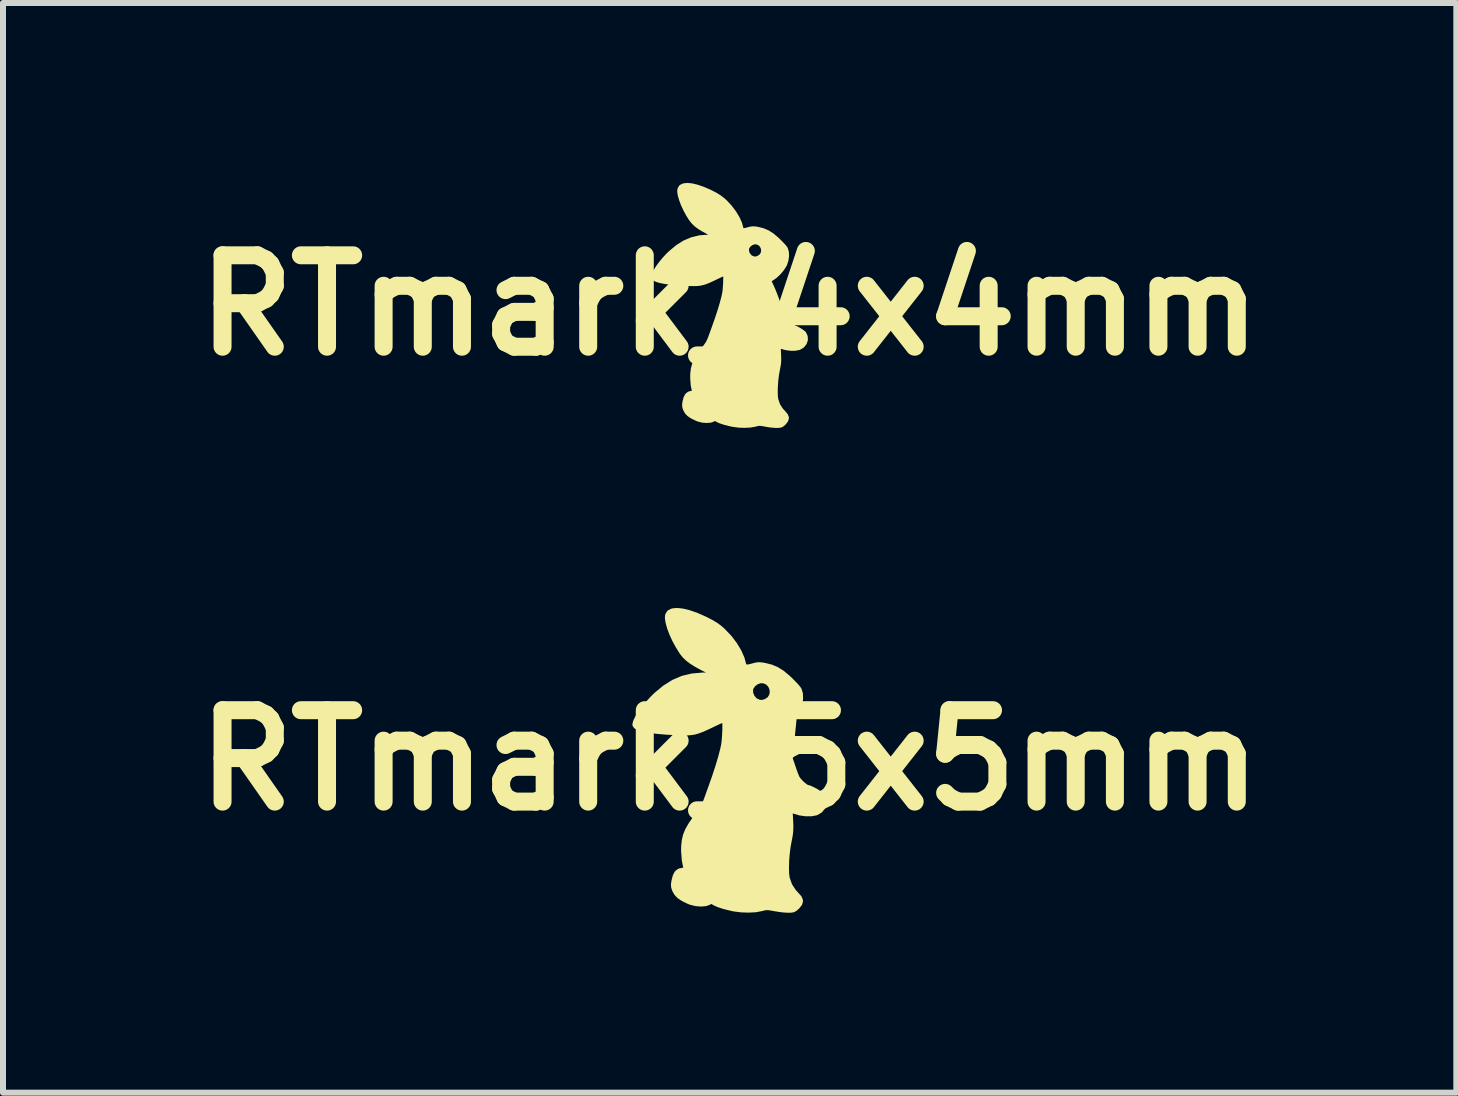
<source format=kicad_pcb>
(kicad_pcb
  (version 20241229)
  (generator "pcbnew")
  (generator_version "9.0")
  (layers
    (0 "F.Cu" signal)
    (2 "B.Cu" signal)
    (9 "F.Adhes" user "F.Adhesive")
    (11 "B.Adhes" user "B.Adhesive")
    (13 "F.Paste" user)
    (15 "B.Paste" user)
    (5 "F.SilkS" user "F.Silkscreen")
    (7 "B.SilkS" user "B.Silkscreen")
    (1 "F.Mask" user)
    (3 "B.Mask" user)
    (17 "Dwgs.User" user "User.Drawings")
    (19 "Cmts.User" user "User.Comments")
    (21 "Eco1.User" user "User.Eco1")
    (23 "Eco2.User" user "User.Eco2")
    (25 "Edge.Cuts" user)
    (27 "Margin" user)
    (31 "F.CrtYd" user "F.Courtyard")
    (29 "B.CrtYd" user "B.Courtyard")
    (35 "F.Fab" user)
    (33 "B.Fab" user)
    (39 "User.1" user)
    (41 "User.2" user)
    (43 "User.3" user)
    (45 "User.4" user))
  (footprint "RTmark_4x4mm"
    (layer "F.Cu")
    (at 9.115 2.041)
    (property "Reference" "RTmark_4x4mm" (at 0 0 0) (layer "F.SilkS") (effects (font (size 1.524 1.524) (thickness 0.3))))
    (attr through_hole)
    (fp_poly (pts (xy 1.254 0.575) (xy 1.236 0.624) (xy 1.202 0.666) (xy 1.152 0.695) (xy 1.149 0.696) (xy 1.089 0.707) (xy 1.016 0.707) (xy 0.94 0.697) (xy 0.871 0.677) (xy 0.866 0.675) (xy 0.798 0.647) (xy 0.806 0.797) (xy 0.809 0.87) (xy 0.809 0.928) (xy 0.804 0.981) (xy 0.794 1.038) (xy 0.787 1.073) (xy 0.772 1.157) (xy 0.761 1.249) (xy 0.754 1.343) (xy 0.751 1.432) (xy 0.753 1.509) (xy 0.76 1.57) (xy 0.762 1.576) (xy 0.795 1.672) (xy 0.85 1.756) (xy 0.888 1.796) (xy 0.924 1.839) (xy 0.938 1.875) (xy 0.929 1.91) (xy 0.898 1.95) (xy 0.897 1.951) (xy 0.869 1.976) (xy 0.844 1.989) (xy 0.811 1.993) (xy 0.779 1.994) (xy 0.729 1.991) (xy 0.667 1.984) (xy 0.606 1.974) (xy 0.6 1.973) (xy 0.575 1.968) (xy 0.575 -0.905) (xy 0.57 -0.956) (xy 0.548 -1.004) (xy 0.51 -1.043) (xy 0.462 -1.065) (xy 0.409 -1.068) (xy 0.357 -1.05) (xy 0.311 -1.017) (xy 0.28 -0.972) (xy 0.272 -0.946) (xy 0.274 -0.892) (xy 0.295 -0.84) (xy 0.332 -0.797) (xy 0.345 -0.788) (xy 0.394 -0.766) (xy 0.442 -0.765) (xy 0.487 -0.779) (xy 0.534 -0.811) (xy 0.563 -0.854) (xy 0.575 -0.905) (xy 0.575 1.968) (xy 0.547 1.963) (xy 0.508 1.959) (xy 0.477 1.96) (xy 0.443 1.967) (xy 0.422 1.973) (xy 0.345 1.987) (xy 0.254 1.992) (xy 0.156 1.989) (xy 0.059 1.976) (xy 0.019 1.968) (xy -0.076 1.944) (xy -0.15 1.92) (xy -0.2 1.897) (xy -0.217 1.885) (xy -0.235 1.873) (xy -0.252 1.875) (xy -0.275 1.888) (xy -0.32 1.906) (xy -0.381 1.911) (xy -0.449 1.906) (xy -0.518 1.889) (xy -0.551 1.875) (xy -0.62 1.841) (xy -0.669 1.808) (xy -0.703 1.773) (xy -0.725 1.733) (xy -0.74 1.694) (xy -0.743 1.658) (xy -0.737 1.614) (xy -0.721 1.55) (xy -0.699 1.507) (xy -0.668 1.483) (xy -0.626 1.474) (xy -0.609 1.473) (xy -0.582 1.471) (xy -0.573 1.461) (xy -0.576 1.445) (xy -0.599 1.331) (xy -0.608 1.21) (xy -0.607 1.142) (xy -0.599 1.069) (xy -0.582 1.002) (xy -0.555 0.935) (xy -0.515 0.864) (xy -0.459 0.782) (xy -0.439 0.756) (xy -0.405 0.711) (xy -0.38 0.676) (xy -0.36 0.647) (xy -0.343 0.618) (xy -0.328 0.585) (xy -0.311 0.544) (xy -0.291 0.49) (xy -0.265 0.419) (xy -0.253 0.385) (xy -0.198 0.229) (xy -0.152 0.089) (xy -0.115 -0.035) (xy -0.088 -0.138) (xy -0.075 -0.197) (xy -0.069 -0.24) (xy -0.064 -0.294) (xy -0.06 -0.355) (xy -0.058 -0.416) (xy -0.057 -0.471) (xy -0.058 -0.516) (xy -0.062 -0.545) (xy -0.064 -0.551) (xy -0.078 -0.548) (xy -0.109 -0.536) (xy -0.154 -0.517) (xy -0.208 -0.491) (xy -0.213 -0.489) (xy -0.298 -0.448) (xy -0.367 -0.417) (xy -0.425 -0.395) (xy -0.478 -0.381) (xy -0.531 -0.373) (xy -0.59 -0.371) (xy -0.66 -0.372) (xy -0.711 -0.374) (xy -0.847 -0.382) (xy -0.966 -0.392) (xy -1.067 -0.405) (xy -1.147 -0.42) (xy -1.207 -0.437) (xy -1.244 -0.455) (xy -1.257 -0.475) (xy -1.257 -0.476) (xy -1.248 -0.514) (xy -1.223 -0.566) (xy -1.185 -0.627) (xy -1.136 -0.693) (xy -1.079 -0.762) (xy -1.018 -0.828) (xy -0.978 -0.866) (xy -0.862 -0.963) (xy -0.746 -1.036) (xy -0.626 -1.087) (xy -0.498 -1.118) (xy -0.36 -1.129) (xy -0.33 -1.129) (xy -0.273 -1.128) (xy -0.216 -1.124) (xy -0.175 -1.119) (xy -0.14 -1.114) (xy -0.12 -1.112) (xy -0.117 -1.112) (xy -0.129 -1.119) (xy -0.16 -1.134) (xy -0.204 -1.157) (xy -0.259 -1.185) (xy -0.273 -1.192) (xy -0.37 -1.242) (xy -0.447 -1.284) (xy -0.507 -1.322) (xy -0.554 -1.358) (xy -0.592 -1.395) (xy -0.625 -1.435) (xy -0.632 -1.444) (xy -0.681 -1.521) (xy -0.725 -1.603) (xy -0.764 -1.686) (xy -0.794 -1.766) (xy -0.815 -1.837) (xy -0.824 -1.896) (xy -0.822 -1.932) (xy -0.801 -1.966) (xy -0.761 -1.985) (xy -0.704 -1.991) (xy -0.632 -1.984) (xy -0.546 -1.963) (xy -0.448 -1.929) (xy -0.341 -1.883) (xy -0.321 -1.873) (xy -0.243 -1.833) (xy -0.182 -1.795) (xy -0.128 -1.754) (xy -0.088 -1.719) (xy -0.009 -1.635) (xy 0.061 -1.543) (xy 0.118 -1.45) (xy 0.159 -1.359) (xy 0.18 -1.278) (xy 0.192 -1.25) (xy 0.217 -1.237) (xy 0.258 -1.239) (xy 0.304 -1.251) (xy 0.351 -1.263) (xy 0.389 -1.268) (xy 0.43 -1.265) (xy 0.466 -1.259) (xy 0.55 -1.238) (xy 0.625 -1.206) (xy 0.697 -1.161) (xy 0.773 -1.097) (xy 0.797 -1.075) (xy 0.842 -1.03) (xy 0.881 -0.989) (xy 0.909 -0.956) (xy 0.922 -0.938) (xy 0.937 -0.887) (xy 0.94 -0.824) (xy 0.931 -0.756) (xy 0.91 -0.693) (xy 0.909 -0.689) (xy 0.868 -0.622) (xy 0.813 -0.555) (xy 0.75 -0.496) (xy 0.699 -0.46) (xy 0.666 -0.441) (xy 0.644 -0.428) (xy 0.638 -0.425) (xy 0.642 -0.414) (xy 0.654 -0.384) (xy 0.674 -0.341) (xy 0.691 -0.304) (xy 0.716 -0.247) (xy 0.745 -0.174) (xy 0.775 -0.094) (xy 0.803 -0.014) (xy 0.811 0.008) (xy 0.834 0.077) (xy 0.856 0.14) (xy 0.875 0.192) (xy 0.889 0.228) (xy 0.894 0.239) (xy 0.913 0.266) (xy 0.943 0.299) (xy 0.977 0.331) (xy 1.008 0.355) (xy 1.031 0.368) (xy 1.034 0.368) (xy 1.061 0.375) (xy 1.1 0.392) (xy 1.145 0.416) (xy 1.187 0.442) (xy 1.219 0.466) (xy 1.23 0.476) (xy 1.252 0.524) (xy 1.254 0.575)) (stroke (width 0.1) (type solid)) (fill yes) (layer "F.SilkS")))
  (footprint "RTmark_5x5mm"
    (layer "F.Cu")
    (at 9.115 9.625)
    (property "Reference" "RTmark_5x5mm" (at 0 0 0) (layer "F.SilkS") (effects (font (size 1.524 1.524) (thickness 0.3))))
    (attr through_hole)
    (fp_poly (pts (xy 1.567 0.719) (xy 1.545 0.781) (xy 1.502 0.833) (xy 1.44 0.869) (xy 1.436 0.87) (xy 1.361 0.884) (xy 1.27 0.884) (xy 1.175 0.871) (xy 1.089 0.846) (xy 1.082 0.844) (xy 0.997 0.809) (xy 1.008 0.996) (xy 1.012 1.088) (xy 1.011 1.16) (xy 1.005 1.226) (xy 0.993 1.298) (xy 0.984 1.341) (xy 0.965 1.446) (xy 0.951 1.561) (xy 0.942 1.678) (xy 0.939 1.789) (xy 0.941 1.887) (xy 0.95 1.962) (xy 0.952 1.97) (xy 0.994 2.09) (xy 1.063 2.195) (xy 1.11 2.246) (xy 1.156 2.298) (xy 1.173 2.344) (xy 1.161 2.388) (xy 1.122 2.437) (xy 1.121 2.438) (xy 1.086 2.469) (xy 1.055 2.486) (xy 1.014 2.492) (xy 0.974 2.492) (xy 0.912 2.489) (xy 0.834 2.48) (xy 0.757 2.468) (xy 0.75 2.466) (xy 0.719 2.461) (xy 0.719 -1.131) (xy 0.712 -1.195) (xy 0.685 -1.255) (xy 0.638 -1.303) (xy 0.578 -1.331) (xy 0.512 -1.335) (xy 0.446 -1.313) (xy 0.389 -1.271) (xy 0.35 -1.215) (xy 0.34 -1.182) (xy 0.342 -1.115) (xy 0.369 -1.049) (xy 0.415 -0.996) (xy 0.432 -0.985) (xy 0.493 -0.958) (xy 0.552 -0.956) (xy 0.608 -0.974) (xy 0.668 -1.013) (xy 0.704 -1.068) (xy 0.719 -1.131) (xy 0.719 2.461) (xy 0.683 2.454) (xy 0.636 2.449) (xy 0.596 2.45) (xy 0.553 2.459) (xy 0.527 2.466) (xy 0.432 2.484) (xy 0.318 2.49) (xy 0.195 2.486) (xy 0.074 2.471) (xy 0.024 2.46) (xy -0.096 2.43) (xy -0.187 2.4) (xy -0.25 2.371) (xy -0.272 2.356) (xy -0.293 2.341) (xy -0.315 2.344) (xy -0.343 2.36) (xy -0.4 2.382) (xy -0.476 2.389) (xy -0.562 2.382) (xy -0.647 2.361) (xy -0.689 2.344) (xy -0.775 2.301) (xy -0.836 2.26) (xy -0.878 2.216) (xy -0.907 2.166) (xy -0.925 2.117) (xy -0.929 2.073) (xy -0.921 2.018) (xy -0.901 1.937) (xy -0.874 1.884) (xy -0.835 1.854) (xy -0.782 1.842) (xy -0.761 1.841) (xy -0.727 1.839) (xy -0.717 1.826) (xy -0.72 1.806) (xy -0.748 1.664) (xy -0.76 1.512) (xy -0.758 1.427) (xy -0.748 1.336) (xy -0.728 1.252) (xy -0.694 1.169) (xy -0.643 1.08) (xy -0.573 0.978) (xy -0.549 0.945) (xy -0.507 0.889) (xy -0.475 0.845) (xy -0.45 0.808) (xy -0.429 0.772) (xy -0.41 0.731) (xy -0.389 0.68) (xy -0.364 0.613) (xy -0.332 0.523) (xy -0.317 0.482) (xy -0.248 0.287) (xy -0.19 0.111) (xy -0.144 -0.043) (xy -0.11 -0.173) (xy -0.094 -0.246) (xy -0.086 -0.299) (xy -0.08 -0.368) (xy -0.075 -0.443) (xy -0.072 -0.52) (xy -0.072 -0.589) (xy -0.073 -0.645) (xy -0.077 -0.681) (xy -0.08 -0.689) (xy -0.097 -0.685) (xy -0.136 -0.67) (xy -0.192 -0.646) (xy -0.26 -0.614) (xy -0.266 -0.611) (xy -0.373 -0.56) (xy -0.459 -0.521) (xy -0.532 -0.494) (xy -0.597 -0.476) (xy -0.663 -0.467) (xy -0.737 -0.463) (xy -0.826 -0.465) (xy -0.889 -0.467) (xy -1.059 -0.477) (xy -1.208 -0.49) (xy -1.333 -0.506) (xy -1.434 -0.525) (xy -1.509 -0.546) (xy -1.555 -0.569) (xy -1.572 -0.594) (xy -1.572 -0.595) (xy -1.56 -0.643) (xy -1.529 -0.707) (xy -1.481 -0.784) (xy -1.42 -0.867) (xy -1.349 -0.952) (xy -1.272 -1.035) (xy -1.223 -1.083) (xy -1.077 -1.204) (xy -0.932 -1.295) (xy -0.782 -1.359) (xy -0.623 -1.397) (xy -0.449 -1.412) (xy -0.413 -1.412) (xy -0.341 -1.41) (xy -0.27 -1.405) (xy -0.218 -1.399) (xy -0.175 -1.392) (xy -0.15 -1.39) (xy -0.147 -1.39) (xy -0.162 -1.398) (xy -0.2 -1.418) (xy -0.255 -1.446) (xy -0.323 -1.481) (xy -0.341 -1.49) (xy -0.462 -1.552) (xy -0.558 -1.605) (xy -0.634 -1.653) (xy -0.693 -1.698) (xy -0.741 -1.744) (xy -0.781 -1.793) (xy -0.79 -1.805) (xy -0.851 -1.902) (xy -0.907 -2.004) (xy -0.955 -2.108) (xy -0.993 -2.207) (xy -1.018 -2.296) (xy -1.03 -2.37) (xy -1.027 -2.415) (xy -1.001 -2.457) (xy -0.952 -2.482) (xy -0.881 -2.489) (xy -0.79 -2.48) (xy -0.682 -2.454) (xy -0.56 -2.412) (xy -0.426 -2.353) (xy -0.401 -2.341) (xy -0.304 -2.291) (xy -0.227 -2.244) (xy -0.16 -2.193) (xy -0.111 -2.148) (xy -0.011 -2.043) (xy 0.076 -1.929) (xy 0.147 -1.812) (xy 0.198 -1.698) (xy 0.225 -1.597) (xy 0.24 -1.562) (xy 0.271 -1.546) (xy 0.323 -1.549) (xy 0.38 -1.563) (xy 0.439 -1.579) (xy 0.486 -1.585) (xy 0.537 -1.581) (xy 0.583 -1.573) (xy 0.688 -1.547) (xy 0.781 -1.508) (xy 0.871 -1.451) (xy 0.966 -1.372) (xy 0.997 -1.343) (xy 1.052 -1.288) (xy 1.101 -1.237) (xy 1.136 -1.195) (xy 1.152 -1.172) (xy 1.171 -1.109) (xy 1.174 -1.03) (xy 1.163 -0.945) (xy 1.138 -0.866) (xy 1.136 -0.861) (xy 1.085 -0.777) (xy 1.016 -0.693) (xy 0.938 -0.62) (xy 0.874 -0.575) (xy 0.832 -0.552) (xy 0.804 -0.536) (xy 0.798 -0.531) (xy 0.802 -0.517) (xy 0.818 -0.48) (xy 0.842 -0.426) (xy 0.864 -0.38) (xy 0.895 -0.309) (xy 0.931 -0.218) (xy 0.969 -0.117) (xy 1.004 -0.018) (xy 1.014 0.011) (xy 1.043 0.097) (xy 1.07 0.175) (xy 1.094 0.241) (xy 1.112 0.285) (xy 1.118 0.299) (xy 1.142 0.333) (xy 1.179 0.374) (xy 1.221 0.413) (xy 1.26 0.444) (xy 1.289 0.46) (xy 1.293 0.46) (xy 1.326 0.469) (xy 1.376 0.491) (xy 1.431 0.52) (xy 1.484 0.553) (xy 1.524 0.582) (xy 1.537 0.596) (xy 1.565 0.654) (xy 1.567 0.719)) (stroke (width 0.1) (type solid)) (fill yes) (layer "F.SilkS")))
  (gr_rect
    (start -3 -3)
    (end 21.23 15.167)
    (stroke (width 0.1) (type default))
    (fill no)
    (layer "Edge.Cuts")))
</source>
